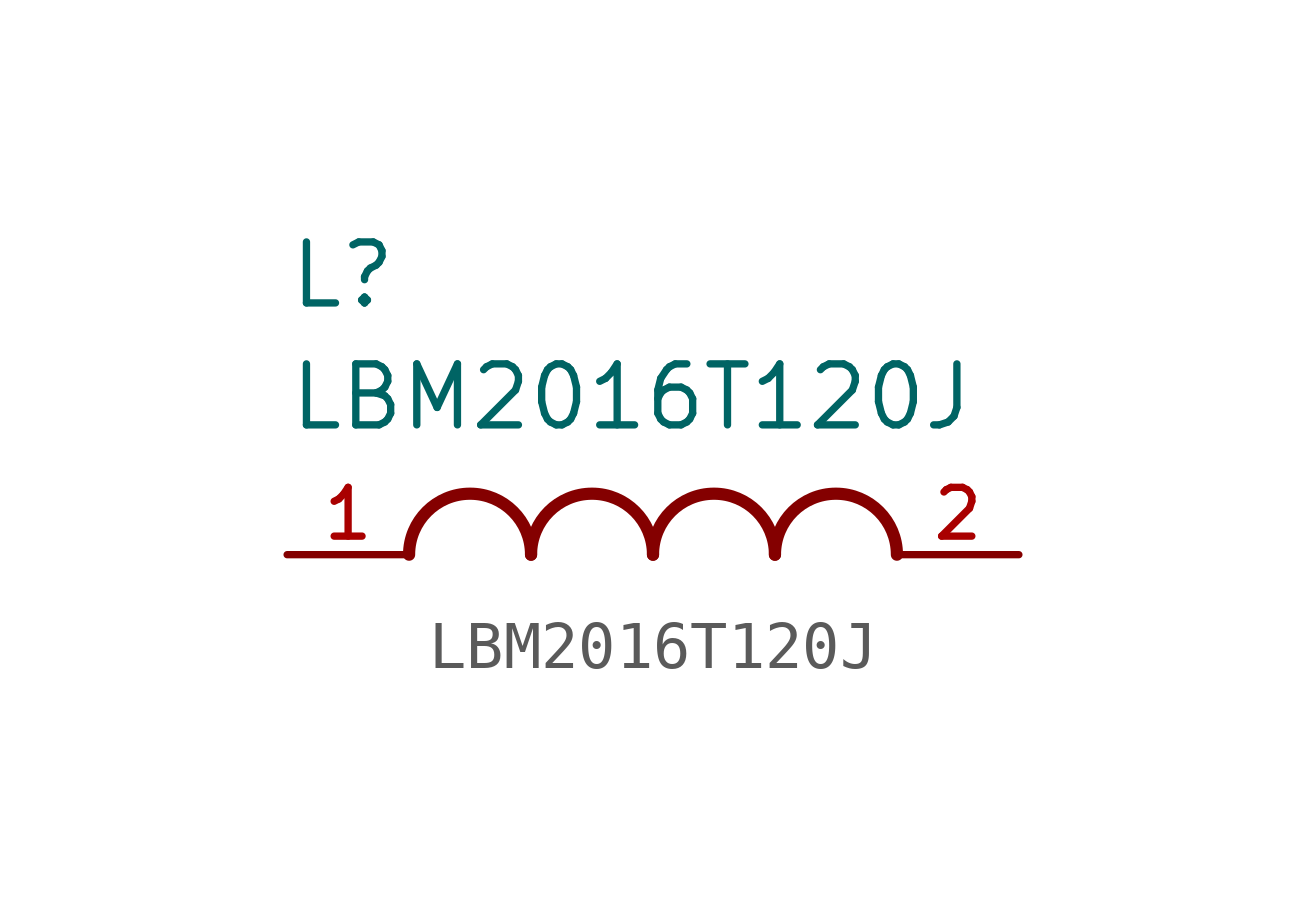
<source format=kicad_sym>
(kicad_symbol_lib
  (version 20211014)
  (generator kicad_symbol_editor)
  (symbol "LBM2016T120J"
    (pin_names
      (offset 1.016))
    (property "Reference" "L"
      (at -7.62 5.08 0)
      (effects (font (size 1.27 1.27)) (justify bottom left)))
    (property "Value" "LBM2016T120J"
      (at -7.62 2.54 0)
      (effects (font (size 1.27 1.27)) (justify bottom left)))
    (symbol "LBM2016T120J_0_0"
      (arc (start -2.54 0.0) (mid -3.81 1.27) (end -5.08 0.0) (stroke (width 0.254) (type default) (color 0 0 0 0)) (fill (type none)))
      (arc (start 0.0 0.0) (mid -1.27 1.27) (end -2.54 0.0) (stroke (width 0.254) (type default) (color 0 0 0 0)) (fill (type none)))
      (arc (start 2.54 0.0) (mid 1.27 1.27) (end 0.0 0.0) (stroke (width 0.254) (type default) (color 0 0 0 0)) (fill (type none)))
      (arc (start 5.08 0.0) (mid 3.81 1.27) (end 2.54 0.0) (stroke (width 0.254) (type default) (color 0 0 0 0)) (fill (type none)))
      (pin passive line (at -7.62 0.0 0) (length 2.54) (name "~" (effects (font (size 1.016 1.016)))) (number "1" (effects (font (size 1.016 1.016)))))
      (pin passive line (at 7.62 0.0 180.0) (length 2.54) (name "~" (effects (font (size 1.016 1.016)))) (number "2" (effects (font (size 1.016 1.016))))))))
</source>
